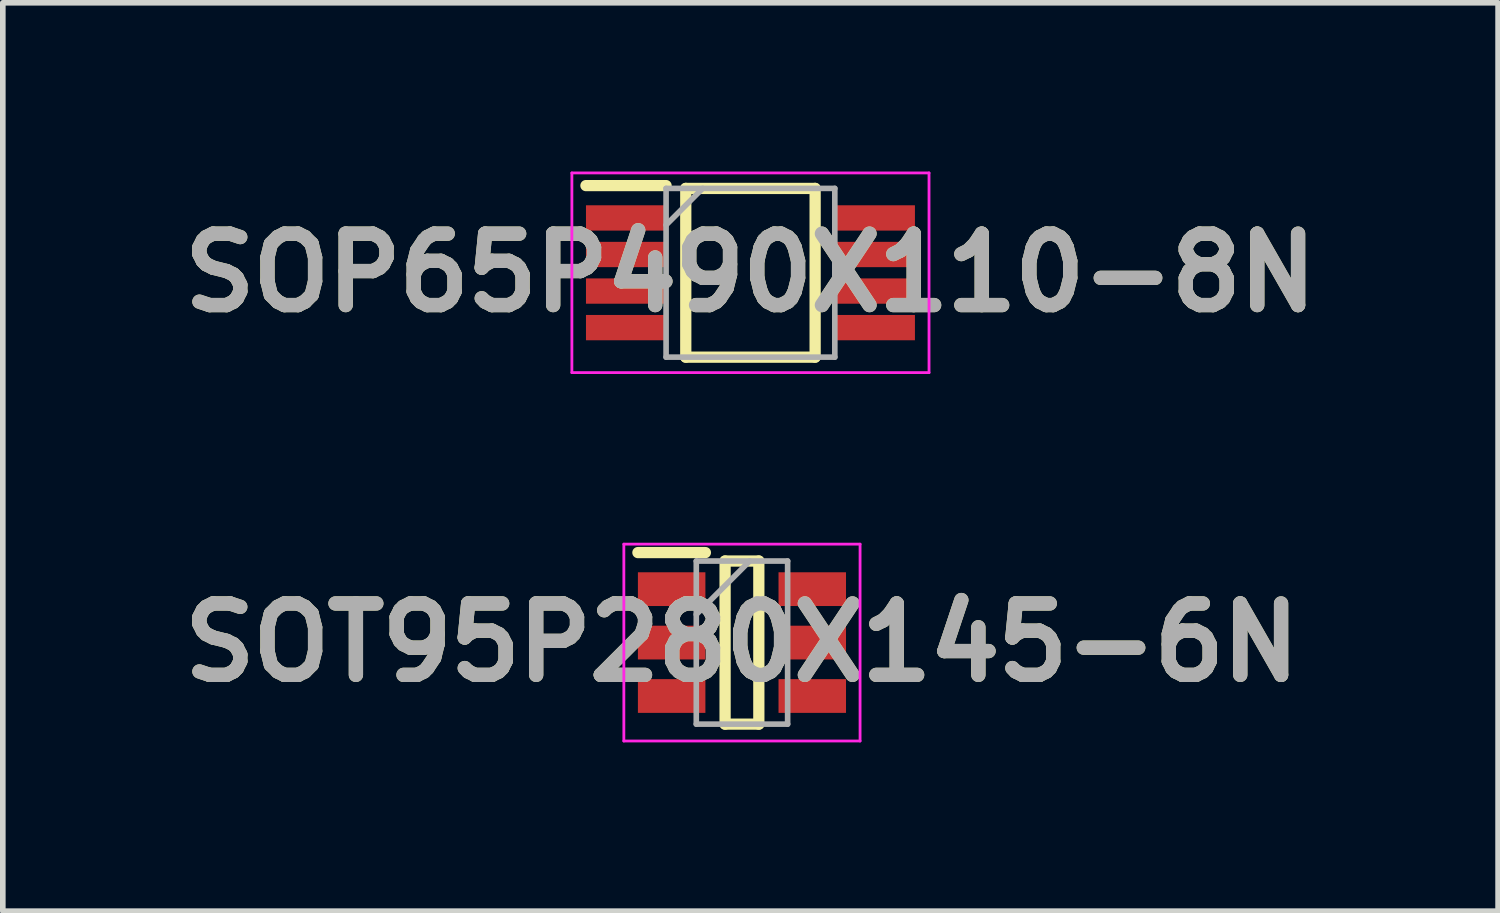
<source format=kicad_pcb>
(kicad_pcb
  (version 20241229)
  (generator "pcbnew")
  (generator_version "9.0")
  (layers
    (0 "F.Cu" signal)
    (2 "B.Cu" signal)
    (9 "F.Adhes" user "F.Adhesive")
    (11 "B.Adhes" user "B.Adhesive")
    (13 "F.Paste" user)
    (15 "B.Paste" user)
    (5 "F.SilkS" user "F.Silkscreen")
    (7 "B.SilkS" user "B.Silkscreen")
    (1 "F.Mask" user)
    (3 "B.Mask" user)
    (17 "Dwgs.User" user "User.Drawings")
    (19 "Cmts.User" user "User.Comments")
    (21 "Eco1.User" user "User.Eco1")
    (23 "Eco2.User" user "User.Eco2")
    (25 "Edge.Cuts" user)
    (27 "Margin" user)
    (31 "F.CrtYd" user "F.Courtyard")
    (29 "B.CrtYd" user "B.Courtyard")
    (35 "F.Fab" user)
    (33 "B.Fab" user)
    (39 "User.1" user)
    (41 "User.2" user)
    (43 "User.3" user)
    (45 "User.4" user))
  (footprint "SOP65P490X110-8N"
    (layer "F.Cu")
    (at 10.293 1.8)
    (property "Reference" "SOP65P490X110-8N" (at 0 0 0) (layer "F.SilkS") (effects (font (size 1.27 1.27) (thickness 0.254))))
    (attr smd)
    (fp_line (start -2.925 -1.55) (end -1.5 -1.55) (stroke (width 0.2) (type solid)) (layer "F.SilkS"))
    (fp_line (start -1.15 -1.5) (end 1.15 -1.5) (stroke (width 0.2) (type solid)) (layer "F.SilkS"))
    (fp_line (start -1.15 1.5) (end -1.15 -1.5) (stroke (width 0.2) (type solid)) (layer "F.SilkS"))
    (fp_line (start 1.15 -1.5) (end 1.15 1.5) (stroke (width 0.2) (type solid)) (layer "F.SilkS"))
    (fp_line (start 1.15 1.5) (end -1.15 1.5) (stroke (width 0.2) (type solid)) (layer "F.SilkS"))
    (fp_line (start -3.175 -1.775) (end 3.175 -1.775) (stroke (width 0.05) (type solid)) (layer "F.CrtYd"))
    (fp_line (start -3.175 1.775) (end -3.175 -1.775) (stroke (width 0.05) (type solid)) (layer "F.CrtYd"))
    (fp_line (start 3.175 -1.775) (end 3.175 1.775) (stroke (width 0.05) (type solid)) (layer "F.CrtYd"))
    (fp_line (start 3.175 1.775) (end -3.175 1.775) (stroke (width 0.05) (type solid)) (layer "F.CrtYd"))
    (fp_line (start -1.5 -1.5) (end 1.5 -1.5) (stroke (width 0.1) (type solid)) (layer "F.Fab"))
    (fp_line (start -1.5 -0.85) (end -0.85 -1.5) (stroke (width 0.1) (type solid)) (layer "F.Fab"))
    (fp_line (start -1.5 1.5) (end -1.5 -1.5) (stroke (width 0.1) (type solid)) (layer "F.Fab"))
    (fp_line (start 1.5 -1.5) (end 1.5 1.5) (stroke (width 0.1) (type solid)) (layer "F.Fab"))
    (fp_line (start 1.5 1.5) (end -1.5 1.5) (stroke (width 0.1) (type solid)) (layer "F.Fab"))
    (fp_text user "${REFERENCE}" (at 0 0 0) (layer "F.Fab") (effects (font (size 1.27 1.27) (thickness 0.254))))
    (pad "1" smd rect (at -2.212 -0.975 90) (size 0.45 1.425) (layers "F.Cu" "F.Mask" "F.Paste"))
    (pad "2" smd rect (at -2.212 -0.325 90) (size 0.45 1.425) (layers "F.Cu" "F.Mask" "F.Paste"))
    (pad "3" smd rect (at -2.212 0.325 90) (size 0.45 1.425) (layers "F.Cu" "F.Mask" "F.Paste"))
    (pad "4" smd rect (at -2.212 0.975 90) (size 0.45 1.425) (layers "F.Cu" "F.Mask" "F.Paste"))
    (pad "5" smd rect (at 2.212 0.975 90) (size 0.45 1.425) (layers "F.Cu" "F.Mask" "F.Paste"))
    (pad "6" smd rect (at 2.212 0.325 90) (size 0.45 1.425) (layers "F.Cu" "F.Mask" "F.Paste"))
    (pad "7" smd rect (at 2.212 -0.325 90) (size 0.45 1.425) (layers "F.Cu" "F.Mask" "F.Paste"))
    (pad "8" smd rect (at 2.212 -0.975 90) (size 0.45 1.425) (layers "F.Cu" "F.Mask" "F.Paste")))
  (footprint "SOT95P280X145-6N"
    (layer "F.Cu")
    (at 10.142 8.375)
    (property "Reference" "SOT95P280X145-6N" (at 0 0 0) (layer "F.SilkS") (effects (font (size 1.27 1.27) (thickness 0.254))))
    (attr smd)
    (fp_line (start -1.85 -1.6) (end -0.65 -1.6) (stroke (width 0.2) (type solid)) (layer "F.SilkS"))
    (fp_line (start -0.3 -1.45) (end 0.3 -1.45) (stroke (width 0.2) (type solid)) (layer "F.SilkS"))
    (fp_line (start -0.3 1.45) (end -0.3 -1.45) (stroke (width 0.2) (type solid)) (layer "F.SilkS"))
    (fp_line (start 0.3 -1.45) (end 0.3 1.45) (stroke (width 0.2) (type solid)) (layer "F.SilkS"))
    (fp_line (start 0.3 1.45) (end -0.3 1.45) (stroke (width 0.2) (type solid)) (layer "F.SilkS"))
    (fp_line (start -2.1 -1.75) (end 2.1 -1.75) (stroke (width 0.05) (type solid)) (layer "F.CrtYd"))
    (fp_line (start -2.1 1.75) (end -2.1 -1.75) (stroke (width 0.05) (type solid)) (layer "F.CrtYd"))
    (fp_line (start 2.1 -1.75) (end 2.1 1.75) (stroke (width 0.05) (type solid)) (layer "F.CrtYd"))
    (fp_line (start 2.1 1.75) (end -2.1 1.75) (stroke (width 0.05) (type solid)) (layer "F.CrtYd"))
    (fp_line (start -0.812 -1.45) (end 0.812 -1.45) (stroke (width 0.1) (type solid)) (layer "F.Fab"))
    (fp_line (start -0.812 -0.5) (end 0.138 -1.45) (stroke (width 0.1) (type solid)) (layer "F.Fab"))
    (fp_line (start -0.812 1.45) (end -0.812 -1.45) (stroke (width 0.1) (type solid)) (layer "F.Fab"))
    (fp_line (start 0.812 -1.45) (end 0.812 1.45) (stroke (width 0.1) (type solid)) (layer "F.Fab"))
    (fp_line (start 0.812 1.45) (end -0.812 1.45) (stroke (width 0.1) (type solid)) (layer "F.Fab"))
    (fp_text user "${REFERENCE}" (at 0 0 0) (layer "F.Fab") (effects (font (size 1.27 1.27) (thickness 0.254))))
    (pad "1" smd rect (at -1.25 -0.95 90) (size 0.6 1.2) (layers "F.Cu" "F.Mask" "F.Paste"))
    (pad "2" smd rect (at -1.25 0 90) (size 0.6 1.2) (layers "F.Cu" "F.Mask" "F.Paste"))
    (pad "3" smd rect (at -1.25 0.95 90) (size 0.6 1.2) (layers "F.Cu" "F.Mask" "F.Paste"))
    (pad "4" smd rect (at 1.25 0.95 90) (size 0.6 1.2) (layers "F.Cu" "F.Mask" "F.Paste"))
    (pad "5" smd rect (at 1.25 0 90) (size 0.6 1.2) (layers "F.Cu" "F.Mask" "F.Paste"))
    (pad "6" smd rect (at 1.25 -0.95 90) (size 0.6 1.2) (layers "F.Cu" "F.Mask" "F.Paste")))
  (gr_rect
    (start -3 -3)
    (end 23.586 13.15)
    (stroke (width 0.1) (type default))
    (fill no)
    (layer "Edge.Cuts")))
</source>
